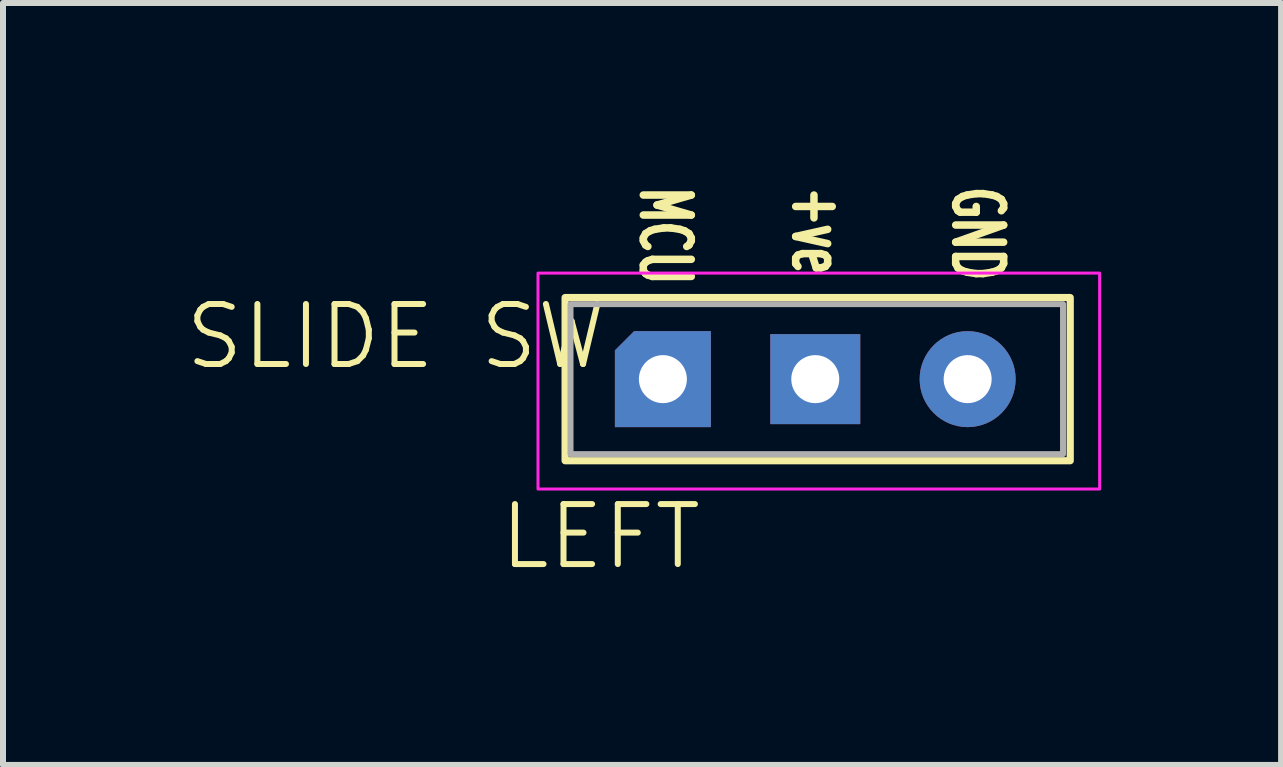
<source format=kicad_pcb>
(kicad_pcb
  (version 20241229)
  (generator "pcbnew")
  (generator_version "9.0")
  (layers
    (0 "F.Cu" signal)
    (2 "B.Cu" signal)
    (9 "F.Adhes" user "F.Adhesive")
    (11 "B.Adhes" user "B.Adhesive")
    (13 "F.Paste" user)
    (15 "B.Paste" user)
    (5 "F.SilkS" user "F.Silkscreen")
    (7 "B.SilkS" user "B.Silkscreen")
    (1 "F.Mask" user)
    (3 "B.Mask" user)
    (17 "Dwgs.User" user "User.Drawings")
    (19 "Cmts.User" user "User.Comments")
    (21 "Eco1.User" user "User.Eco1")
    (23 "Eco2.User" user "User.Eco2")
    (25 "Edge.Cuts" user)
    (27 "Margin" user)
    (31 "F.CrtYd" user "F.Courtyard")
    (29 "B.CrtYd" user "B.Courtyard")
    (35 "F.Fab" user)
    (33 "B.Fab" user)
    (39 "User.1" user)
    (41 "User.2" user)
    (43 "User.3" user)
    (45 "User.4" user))
  (footprint "SLIDE SW"
    (layer "F.Cu")
    (at 10.49 6.35)
    (property "Reference" "SLIDE SW" (at -6.94 -3.79 0) (unlocked yes) (layer "F.SilkS") (effects (font (size 1 1) (thickness 0.1))))
    (attr through_hole)
    (fp_rect (start -4.12 -4.44) (end 4.3 -1.72) (stroke (width 0.12) (type default)) (fill no) (layer "F.SilkS"))
    (fp_rect (start -4.572 -4.848) (end 4.79 -1.248) (stroke (width 0.05) (type default)) (fill no) (layer "F.CrtYd"))
    (fp_rect (start -4.03 -4.33) (end 4.18 -1.83) (stroke (width 0.1) (type default)) (fill no) (layer "F.Fab"))
    (fp_text user "GND\n" (at 2.286 -6.35 270) (unlocked yes) (layer "F.SilkS") (effects (font (size 0.8 0.5) (thickness 0.125) (bold yes)) (justify left bottom)))
    (fp_text user "MCU\n" (at -2.921 -6.35 270) (unlocked yes) (layer "F.SilkS") (effects (font (size 0.8 0.5) (thickness 0.125) (bold yes)) (justify left bottom)))
    (fp_text user "+ve" (at -0.381 -6.35 270) (unlocked yes) (layer "F.SilkS") (effects (font (size 0.8 0.5) (thickness 0.125) (bold yes)) (justify left bottom)))
    (fp_text user "LEFT" (at -5.26 0.13 0) (unlocked yes) (layer "F.SilkS") (effects (font (size 1 1) (thickness 0.1)) (justify left bottom)))
    (pad "1" thru_hole roundrect (at -2.49 -3.08) (size 1.6 1.6) (drill 0.8) (layers "*.Cu" "*.Mask") (roundrect_rratio 0) (chamfer_ratio 0.2) (chamfer top_left))
    (pad "2" thru_hole rect (at 0.05 -3.08) (size 1.5 1.5) (drill 0.8) (layers "*.Cu" "*.Mask"))
    (pad "3" thru_hole circle (at 2.59 -3.08) (size 1.6 1.6) (drill 0.8) (layers "*.Cu" "*.Mask")))
  (gr_rect
    (start -3 -3)
    (end 18.305 9.701)
    (stroke (width 0.1) (type default))
    (fill no)
    (layer "Edge.Cuts")))
</source>
